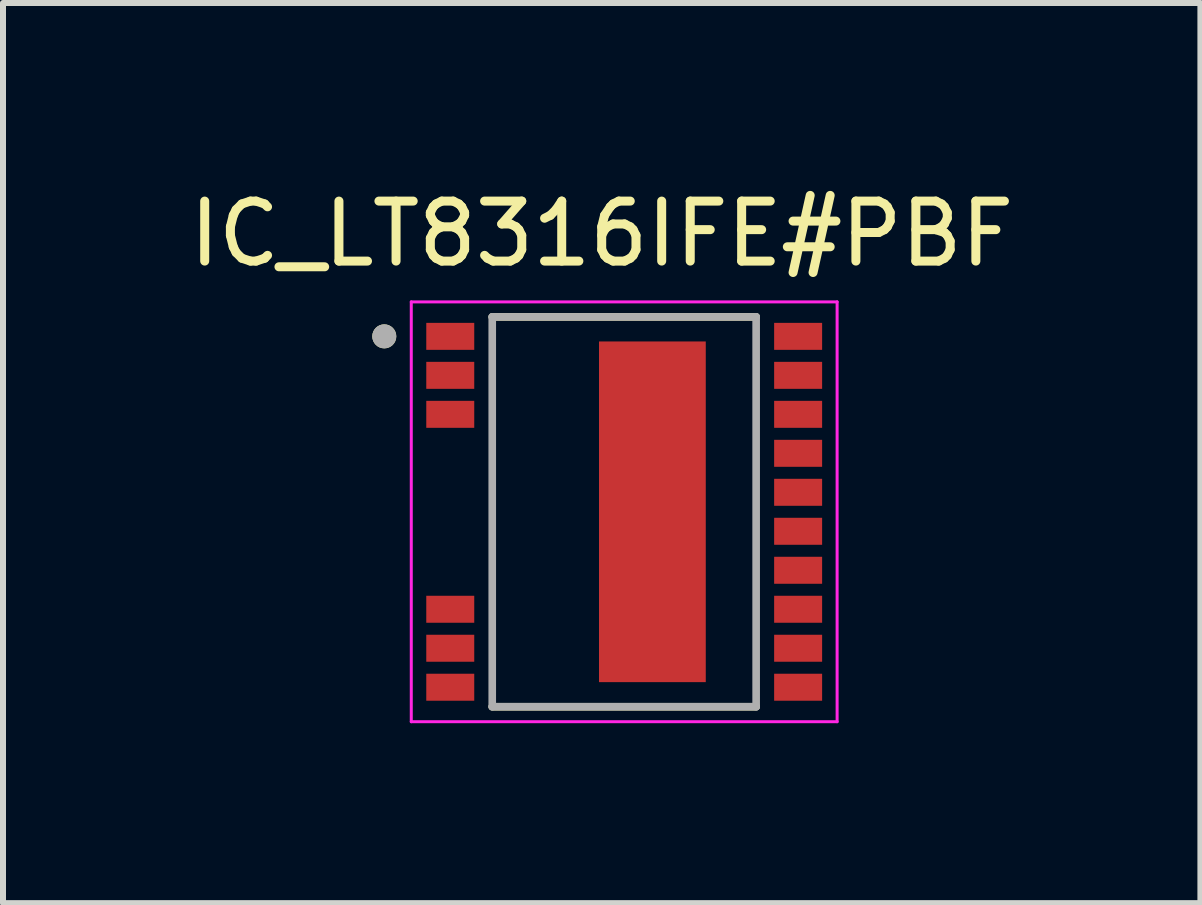
<source format=kicad_pcb>
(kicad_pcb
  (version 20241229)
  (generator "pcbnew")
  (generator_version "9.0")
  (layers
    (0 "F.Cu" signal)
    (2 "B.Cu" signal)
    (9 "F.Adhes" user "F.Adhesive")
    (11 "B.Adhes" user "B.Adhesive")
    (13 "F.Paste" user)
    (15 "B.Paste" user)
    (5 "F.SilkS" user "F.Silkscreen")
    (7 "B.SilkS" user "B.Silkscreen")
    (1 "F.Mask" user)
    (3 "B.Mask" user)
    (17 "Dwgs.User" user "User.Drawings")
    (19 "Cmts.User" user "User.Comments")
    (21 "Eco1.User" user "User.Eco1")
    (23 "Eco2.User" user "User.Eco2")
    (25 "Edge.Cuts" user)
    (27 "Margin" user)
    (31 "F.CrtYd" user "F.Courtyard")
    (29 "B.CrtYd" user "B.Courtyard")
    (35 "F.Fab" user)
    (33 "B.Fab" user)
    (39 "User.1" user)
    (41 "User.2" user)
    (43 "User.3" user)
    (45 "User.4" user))
  (footprint "IC_LT8316IFE#PBF"
    (layer "F.Cu")
    (at 7.357 5.483)
    (property "Reference" "IC_LT8316IFE#PBF" (at -0.375 -4.635 0) (layer "F.SilkS") (effects (font (size 1 1) (thickness 0.15))))
    (attr smd)
    (fp_line (start -2.2 -3.25) (end 2.2 -3.25) (stroke (width 0.127) (type solid)) (layer "F.SilkS"))
    (fp_line (start 2.2 3.25) (end -2.2 3.25) (stroke (width 0.127) (type solid)) (layer "F.SilkS"))
    (fp_circle (center -4 -2.925) (end -3.9 -2.925) (stroke (width 0.2) (type solid)) (fill no) (layer "F.SilkS"))
    (fp_poly (pts (xy 0.045 -2.535) (xy 0.895 -2.535) (xy 0.895 -0.155) (xy 0.045 -0.155)) (stroke (width 0.01) (type solid)) (fill yes) (layer "F.Paste"))
    (fp_poly (pts (xy 0.045 0.155) (xy 0.895 0.155) (xy 0.895 2.535) (xy 0.045 2.535)) (stroke (width 0.01) (type solid)) (fill yes) (layer "F.Paste"))
    (fp_line (start -3.55 -3.5) (end -3.55 3.5) (stroke (width 0.05) (type solid)) (layer "F.CrtYd"))
    (fp_line (start -3.55 3.5) (end 3.55 3.5) (stroke (width 0.05) (type solid)) (layer "F.CrtYd"))
    (fp_line (start 3.55 -3.5) (end -3.55 -3.5) (stroke (width 0.05) (type solid)) (layer "F.CrtYd"))
    (fp_line (start 3.55 3.5) (end 3.55 -3.5) (stroke (width 0.05) (type solid)) (layer "F.CrtYd"))
    (fp_line (start -2.2 -3.25) (end 2.2 -3.25) (stroke (width 0.127) (type solid)) (layer "F.Fab"))
    (fp_line (start -2.2 3.25) (end -2.2 -3.25) (stroke (width 0.127) (type solid)) (layer "F.Fab"))
    (fp_line (start 2.2 -3.25) (end 2.2 3.25) (stroke (width 0.127) (type solid)) (layer "F.Fab"))
    (fp_line (start 2.2 3.25) (end -2.2 3.25) (stroke (width 0.127) (type solid)) (layer "F.Fab"))
    (fp_circle (center -4 -2.925) (end -3.9 -2.925) (stroke (width 0.2) (type solid)) (fill no) (layer "F.Fab"))
    (pad "1" smd rect (at -2.9 -2.925) (size 0.8 0.45) (layers "F.Cu" "F.Mask" "F.Paste"))
    (pad "2" smd rect (at -2.9 -2.275) (size 0.8 0.45) (layers "F.Cu" "F.Mask" "F.Paste"))
    (pad "3" smd rect (at -2.9 -1.625) (size 0.8 0.45) (layers "F.Cu" "F.Mask" "F.Paste"))
    (pad "8" smd rect (at -2.9 1.625) (size 0.8 0.45) (layers "F.Cu" "F.Mask" "F.Paste"))
    (pad "9" smd rect (at -2.9 2.275) (size 0.8 0.45) (layers "F.Cu" "F.Mask" "F.Paste"))
    (pad "10" smd rect (at -2.9 2.925) (size 0.8 0.45) (layers "F.Cu" "F.Mask" "F.Paste"))
    (pad "11" smd rect (at 2.9 2.925) (size 0.8 0.45) (layers "F.Cu" "F.Mask" "F.Paste"))
    (pad "12" smd rect (at 2.9 2.275) (size 0.8 0.45) (layers "F.Cu" "F.Mask" "F.Paste"))
    (pad "13" smd rect (at 2.9 1.625) (size 0.8 0.45) (layers "F.Cu" "F.Mask" "F.Paste"))
    (pad "14" smd rect (at 2.9 0.975) (size 0.8 0.45) (layers "F.Cu" "F.Mask" "F.Paste"))
    (pad "15" smd rect (at 2.9 0.325) (size 0.8 0.45) (layers "F.Cu" "F.Mask" "F.Paste"))
    (pad "16" smd rect (at 2.9 -0.325) (size 0.8 0.45) (layers "F.Cu" "F.Mask" "F.Paste"))
    (pad "17" smd rect (at 2.9 -0.975) (size 0.8 0.45) (layers "F.Cu" "F.Mask" "F.Paste"))
    (pad "18" smd rect (at 2.9 -1.625) (size 0.8 0.45) (layers "F.Cu" "F.Mask" "F.Paste"))
    (pad "19" smd rect (at 2.9 -2.275) (size 0.8 0.45) (layers "F.Cu" "F.Mask" "F.Paste"))
    (pad "20" smd rect (at 2.9 -2.925) (size 0.8 0.45) (layers "F.Cu" "F.Mask" "F.Paste"))
    (pad "21" smd rect (at 0.47 0) (size 1.78 5.68) (layers "F.Cu" "F.Mask")))
  (gr_rect
    (start -3 -3)
    (end 16.964 12.008)
    (stroke (width 0.1) (type default))
    (fill no)
    (layer "Edge.Cuts")))
</source>
